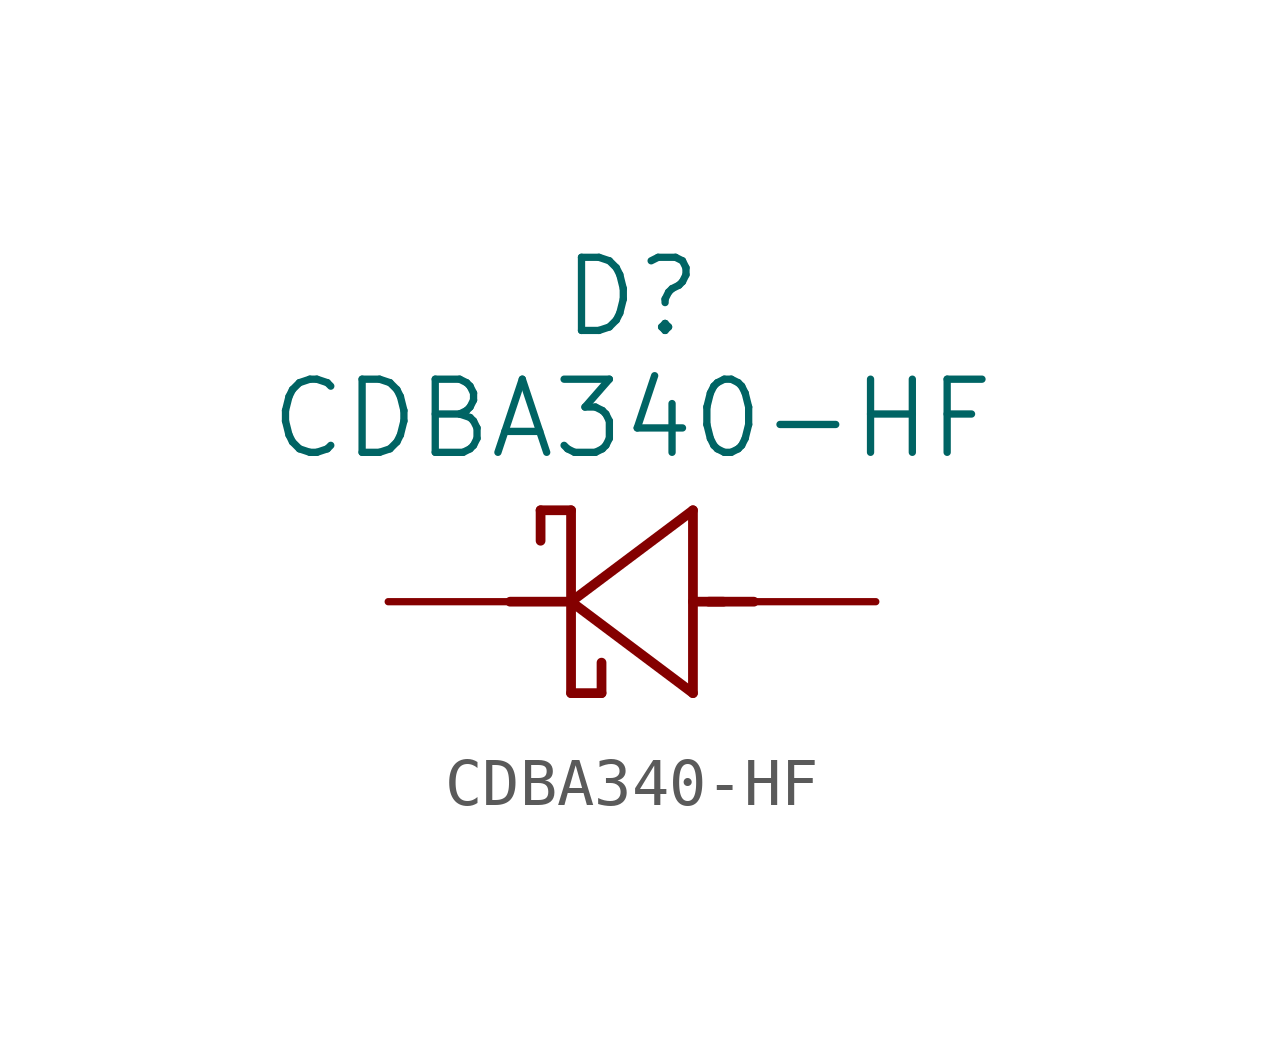
<source format=kicad_sym>
(kicad_symbol_lib
  (version 20220328)
  (generator kicad_symbol_editor)
  (symbol "CDBA340-HF"
    (pin_numbers hide)
    (pin_names
      (offset 1.651) hide)
    (property "Reference" "D"
      (at 0 6.35 0)
      (effects (font (size 1.524 1.524))))
    (property "Value" "CDBA340-HF"
      (at 0 3.81 0)
      (effects (font (size 1.524 1.524))))
    (symbol "CDBA340-HF_1_1"
      (polyline (pts (xy -1.905 1.905) (xy -1.905 1.27)) (stroke (width 0.203) (type solid)) (fill (type none)))
      (polyline (pts (xy -1.905 1.905) (xy -1.27 1.905)) (stroke (width 0.203) (type solid)) (fill (type none)))
      (polyline (pts (xy -1.27 0) (xy -2.54 0)) (stroke (width 0.203) (type solid)) (fill (type none)))
      (polyline (pts (xy -1.27 0) (xy 1.27 -1.905)) (stroke (width 0.203) (type solid)) (fill (type none)))
      (polyline (pts (xy -1.27 1.905) (xy -1.27 -1.905)) (stroke (width 0.203) (type solid)) (fill (type none)))
      (polyline (pts (xy -0.635 -1.905) (xy -1.27 -1.905)) (stroke (width 0.203) (type solid)) (fill (type none)))
      (polyline (pts (xy -0.635 -1.905) (xy -0.635 -1.27)) (stroke (width 0.203) (type solid)) (fill (type none)))
      (polyline (pts (xy 1.27 -1.905) (xy 1.27 1.905)) (stroke (width 0.203) (type solid)) (fill (type none)))
      (polyline (pts (xy 1.27 1.905) (xy -1.27 0)) (stroke (width 0.203) (type solid)) (fill (type none)))
      (polyline (pts (xy 1.905 0) (xy 1.27 0)) (stroke (width 0.203) (type solid)) (fill (type none)))
      (polyline (pts (xy 2.54 0) (xy 1.6 0)) (stroke (width 0.203) (type solid)) (fill (type none)))
      (pin unspecified line (at -5.08 0 0) (length 2.54) (name "1" (effects (font (size 1.499 1.499)))) (number "1" (effects (font (size 1.499 1.499)))))
      (pin unspecified line (at 5.08 0 180) (length 2.54) (name "2" (effects (font (size 1.499 1.499)))) (number "2" (effects (font (size 1.499 1.499))))))))
</source>
